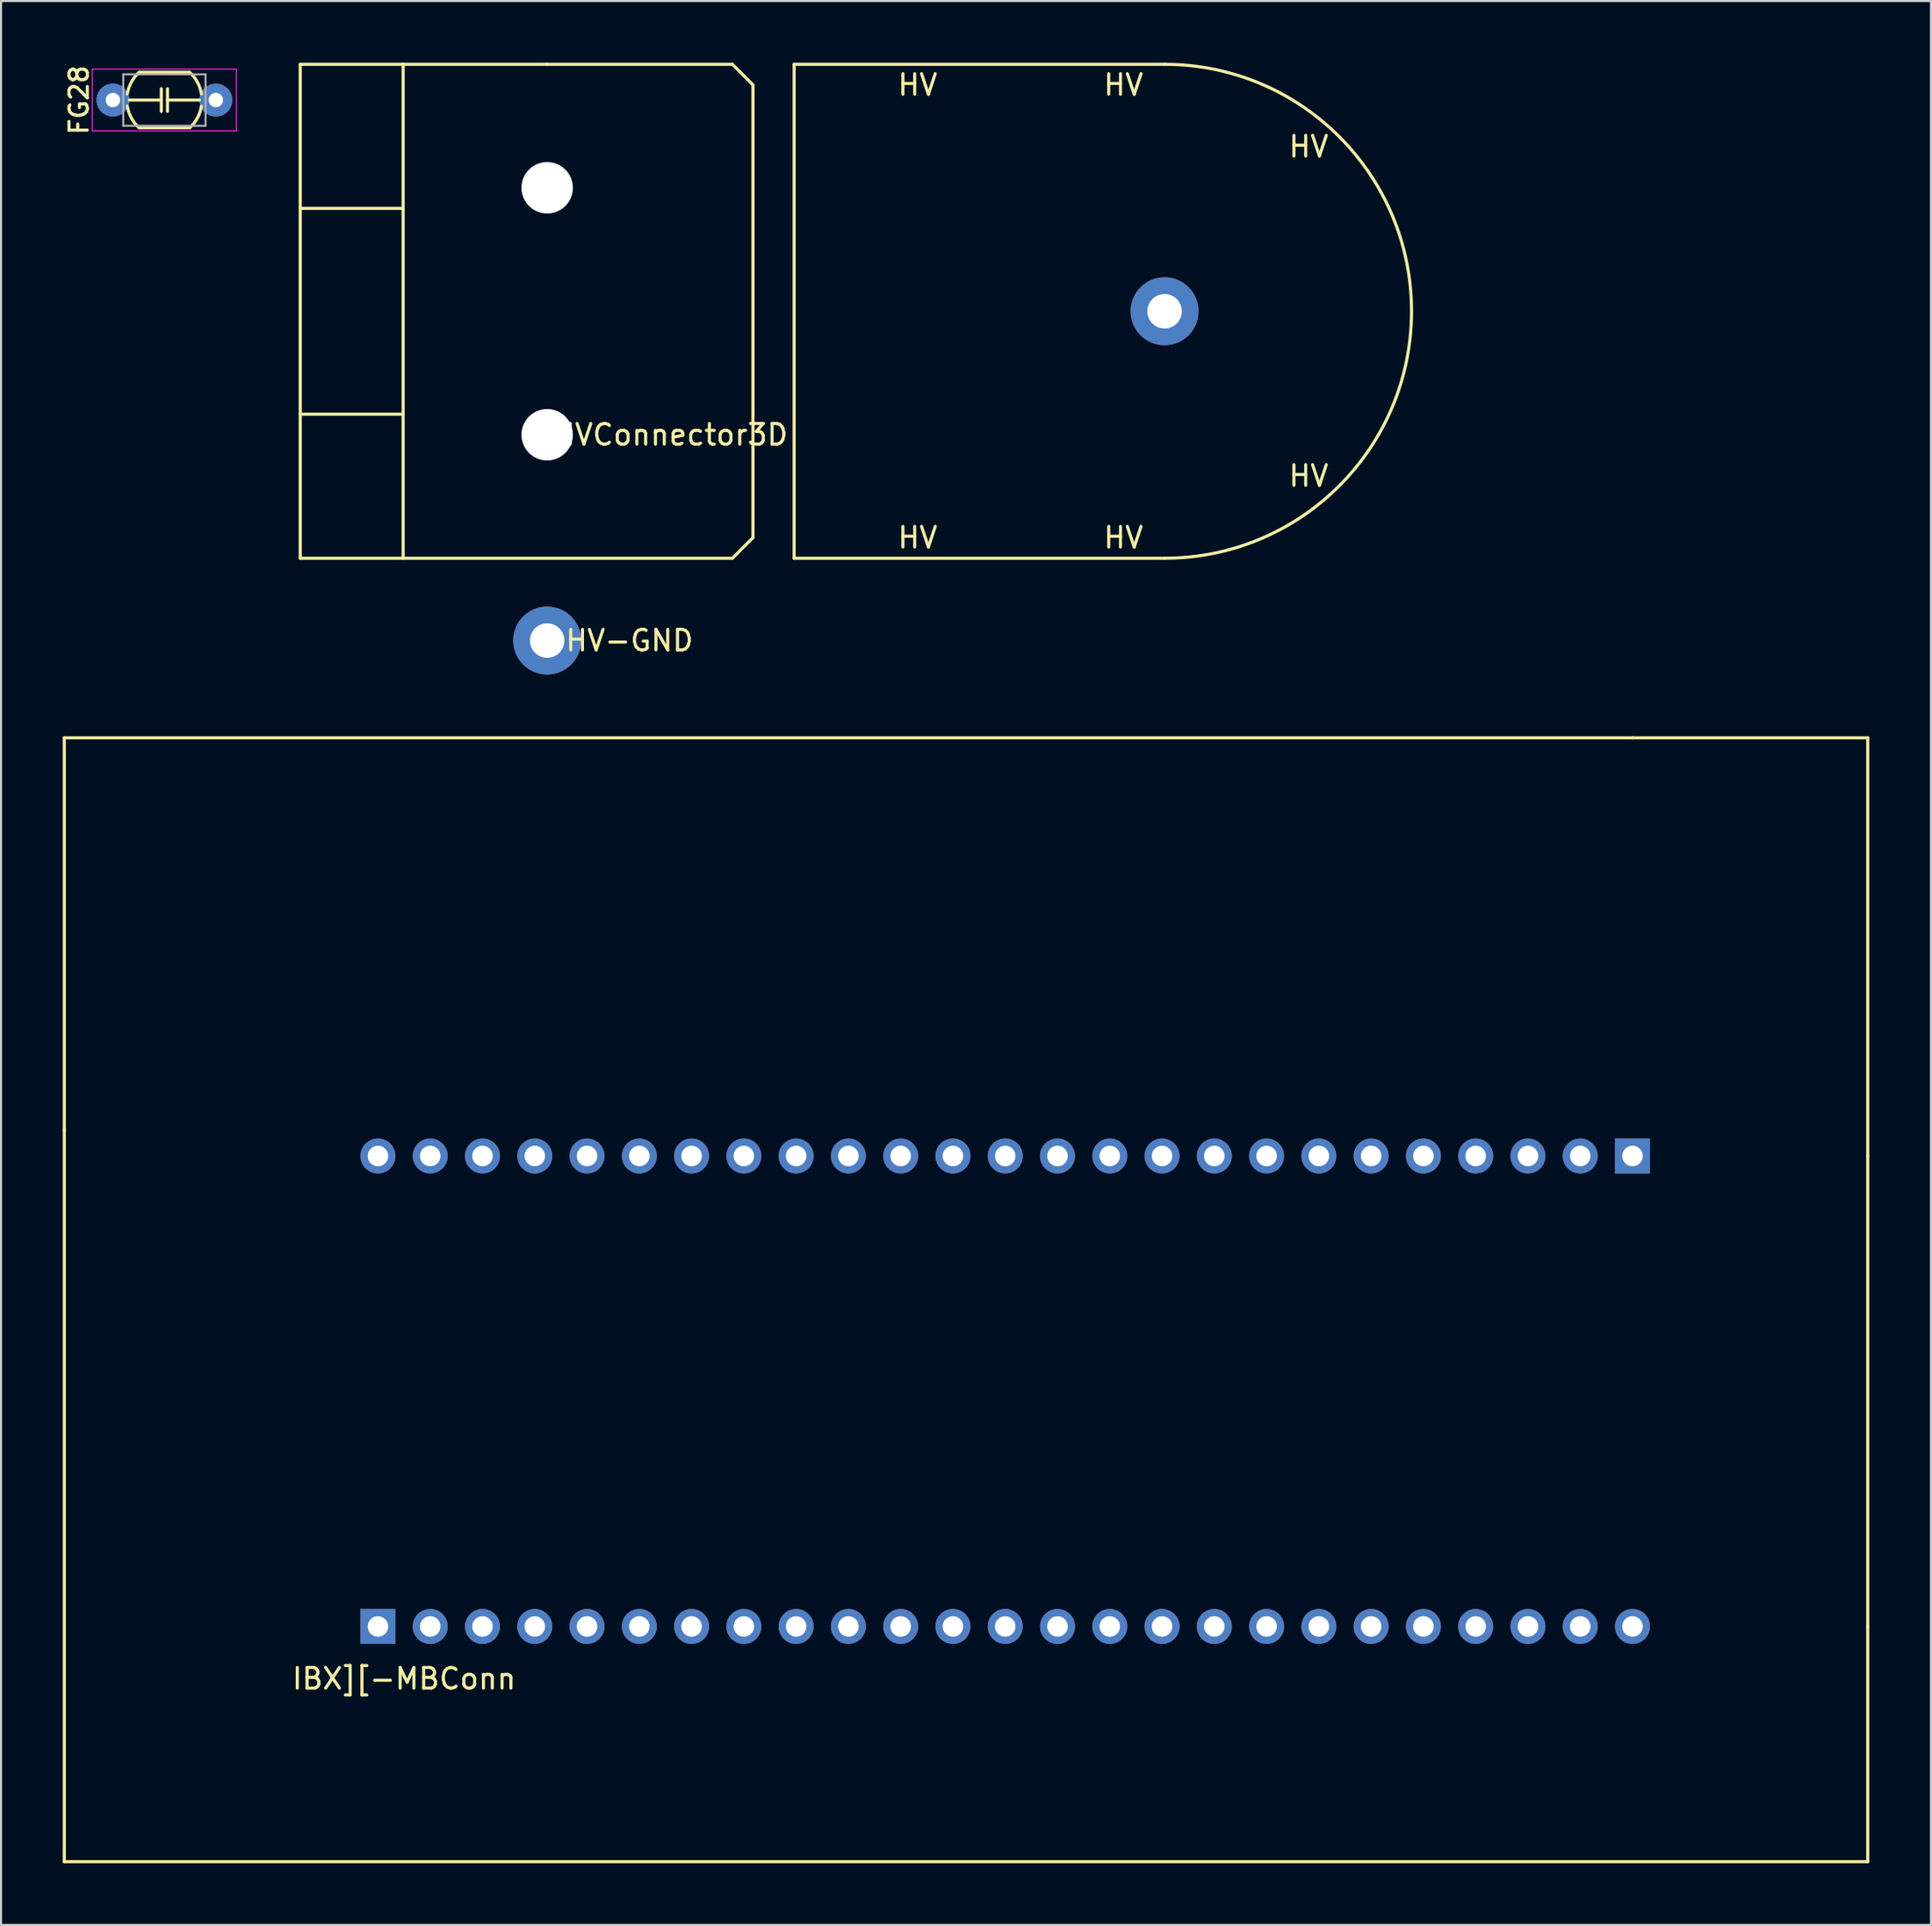
<source format=kicad_pcb>
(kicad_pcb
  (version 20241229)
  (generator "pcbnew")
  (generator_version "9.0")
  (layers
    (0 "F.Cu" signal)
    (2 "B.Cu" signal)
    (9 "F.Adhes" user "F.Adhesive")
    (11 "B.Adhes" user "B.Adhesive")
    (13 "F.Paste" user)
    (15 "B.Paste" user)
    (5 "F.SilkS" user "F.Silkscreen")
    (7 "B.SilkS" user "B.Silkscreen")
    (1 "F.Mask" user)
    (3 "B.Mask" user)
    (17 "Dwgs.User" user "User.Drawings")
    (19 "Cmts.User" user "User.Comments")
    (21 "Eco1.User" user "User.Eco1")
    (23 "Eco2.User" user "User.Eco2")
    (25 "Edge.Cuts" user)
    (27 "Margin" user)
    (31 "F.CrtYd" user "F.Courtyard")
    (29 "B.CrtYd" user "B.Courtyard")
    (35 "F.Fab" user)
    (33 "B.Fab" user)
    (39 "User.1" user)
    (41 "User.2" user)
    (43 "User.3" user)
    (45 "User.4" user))
  (footprint "IBX][-MBConn"
    (layer "F.Cu")
    (at 15.315 75.981)
    (property "Reference" "IBX][-MBConn" (at 1.27 2.54 0) (layer "F.SilkS") (effects (font (size 1 1) (thickness 0.15))))
    (attr through_hole)
    (fp_line (start -15.24 -43.18) (end 60.96 -43.18) (stroke (width 0.15) (type solid)) (layer "F.SilkS"))
    (fp_line (start -15.24 -24.13) (end -15.24 -43.18) (stroke (width 0.15) (type solid)) (layer "F.SilkS"))
    (fp_line (start -15.24 -24.13) (end -15.24 11.43) (stroke (width 0.15) (type solid)) (layer "F.SilkS"))
    (fp_line (start -15.24 11.43) (end 72.39 11.43) (stroke (width 0.15) (type solid)) (layer "F.SilkS"))
    (fp_line (start 60.96 -43.18) (end 72.39 -43.18) (stroke (width 0.15) (type solid)) (layer "F.SilkS"))
    (fp_line (start 72.39 -43.18) (end 72.39 -22.86) (stroke (width 0.15) (type solid)) (layer "F.SilkS"))
    (fp_line (start 72.39 0) (end 72.39 -22.86) (stroke (width 0.15) (type solid)) (layer "F.SilkS"))
    (fp_line (start 72.39 11.43) (end 72.39 0) (stroke (width 0.15) (type solid)) (layer "F.SilkS"))
    (pad "1" thru_hole rect (at 0 0) (size 1.7 1.7) (drill 1) (layers "*.Cu" "*.Mask"))
    (pad "2" thru_hole circle (at 2.54 0) (size 1.7 1.7) (drill 1) (layers "*.Cu" "*.Mask"))
    (pad "3" thru_hole circle (at 5.08 0) (size 1.7 1.7) (drill 1) (layers "*.Cu" "*.Mask"))
    (pad "4" thru_hole circle (at 7.62 0) (size 1.7 1.7) (drill 1) (layers "*.Cu" "*.Mask"))
    (pad "5" thru_hole circle (at 10.16 0) (size 1.7 1.7) (drill 1) (layers "*.Cu" "*.Mask"))
    (pad "6" thru_hole circle (at 12.7 0) (size 1.7 1.7) (drill 1) (layers "*.Cu" "*.Mask"))
    (pad "7" thru_hole circle (at 15.24 0) (size 1.7 1.7) (drill 1) (layers "*.Cu" "*.Mask"))
    (pad "8" thru_hole circle (at 17.78 0) (size 1.7 1.7) (drill 1) (layers "*.Cu" "*.Mask"))
    (pad "9" thru_hole circle (at 20.32 0) (size 1.7 1.7) (drill 1) (layers "*.Cu" "*.Mask"))
    (pad "10" thru_hole circle (at 22.86 0) (size 1.7 1.7) (drill 1) (layers "*.Cu" "*.Mask"))
    (pad "11" thru_hole circle (at 25.4 0) (size 1.7 1.7) (drill 1) (layers "*.Cu" "*.Mask"))
    (pad "12" thru_hole circle (at 27.94 0) (size 1.7 1.7) (drill 1) (layers "*.Cu" "*.Mask"))
    (pad "13" thru_hole circle (at 30.48 0) (size 1.7 1.7) (drill 1) (layers "*.Cu" "*.Mask"))
    (pad "14" thru_hole circle (at 33.02 0) (size 1.7 1.7) (drill 1) (layers "*.Cu" "*.Mask"))
    (pad "15" thru_hole circle (at 35.56 0) (size 1.7 1.7) (drill 1) (layers "*.Cu" "*.Mask"))
    (pad "16" thru_hole circle (at 38.1 0) (size 1.7 1.7) (drill 1) (layers "*.Cu" "*.Mask"))
    (pad "17" thru_hole circle (at 40.64 0) (size 1.7 1.7) (drill 1) (layers "*.Cu" "*.Mask"))
    (pad "18" thru_hole circle (at 43.18 0) (size 1.7 1.7) (drill 1) (layers "*.Cu" "*.Mask"))
    (pad "19" thru_hole circle (at 45.72 0) (size 1.7 1.7) (drill 1) (layers "*.Cu" "*.Mask"))
    (pad "20" thru_hole circle (at 48.26 0) (size 1.7 1.7) (drill 1) (layers "*.Cu" "*.Mask"))
    (pad "21" thru_hole circle (at 50.8 0) (size 1.7 1.7) (drill 1) (layers "*.Cu" "*.Mask"))
    (pad "22" thru_hole circle (at 53.34 0) (size 1.7 1.7) (drill 1) (layers "*.Cu" "*.Mask"))
    (pad "23" thru_hole circle (at 55.88 0) (size 1.7 1.7) (drill 1) (layers "*.Cu" "*.Mask"))
    (pad "24" thru_hole circle (at 58.42 0) (size 1.7 1.7) (drill 1) (layers "*.Cu" "*.Mask"))
    (pad "25" thru_hole circle (at 60.96 0) (size 1.7 1.7) (drill 1) (layers "*.Cu" "*.Mask"))
    (pad "26" thru_hole rect (at 60.96 -22.86) (size 1.7 1.7) (drill 1) (layers "*.Cu" "*.Mask"))
    (pad "27" thru_hole circle (at 58.42 -22.86) (size 1.7 1.7) (drill 1) (layers "*.Cu" "*.Mask"))
    (pad "28" thru_hole circle (at 55.88 -22.86) (size 1.7 1.7) (drill 1) (layers "*.Cu" "*.Mask"))
    (pad "29" thru_hole circle (at 53.34 -22.86) (size 1.7 1.7) (drill 1) (layers "*.Cu" "*.Mask"))
    (pad "30" thru_hole circle (at 50.8 -22.86) (size 1.7 1.7) (drill 1) (layers "*.Cu" "*.Mask"))
    (pad "31" thru_hole circle (at 48.26 -22.86) (size 1.7 1.7) (drill 1) (layers "*.Cu" "*.Mask"))
    (pad "32" thru_hole circle (at 45.72 -22.86) (size 1.7 1.7) (drill 1) (layers "*.Cu" "*.Mask"))
    (pad "33" thru_hole circle (at 43.18 -22.86) (size 1.7 1.7) (drill 1) (layers "*.Cu" "*.Mask"))
    (pad "34" thru_hole circle (at 40.64 -22.86) (size 1.7 1.7) (drill 1) (layers "*.Cu" "*.Mask"))
    (pad "35" thru_hole circle (at 38.1 -22.86) (size 1.7 1.7) (drill 1) (layers "*.Cu" "*.Mask"))
    (pad "36" thru_hole circle (at 35.56 -22.86) (size 1.7 1.7) (drill 1) (layers "*.Cu" "*.Mask"))
    (pad "37" thru_hole circle (at 33.02 -22.86) (size 1.7 1.7) (drill 1) (layers "*.Cu" "*.Mask"))
    (pad "38" thru_hole circle (at 30.48 -22.86) (size 1.7 1.7) (drill 1) (layers "*.Cu" "*.Mask"))
    (pad "39" thru_hole circle (at 27.94 -22.86) (size 1.7 1.7) (drill 1) (layers "*.Cu" "*.Mask"))
    (pad "40" thru_hole circle (at 25.4 -22.86) (size 1.7 1.7) (drill 1) (layers "*.Cu" "*.Mask"))
    (pad "41" thru_hole circle (at 22.86 -22.86) (size 1.7 1.7) (drill 1) (layers "*.Cu" "*.Mask"))
    (pad "42" thru_hole circle (at 20.32 -22.86) (size 1.7 1.7) (drill 1) (layers "*.Cu" "*.Mask"))
    (pad "43" thru_hole circle (at 17.78 -22.86) (size 1.7 1.7) (drill 1) (layers "*.Cu" "*.Mask"))
    (pad "44" thru_hole circle (at 15.24 -22.86) (size 1.7 1.7) (drill 1) (layers "*.Cu" "*.Mask"))
    (pad "45" thru_hole circle (at 12.7 -22.86) (size 1.7 1.7) (drill 1) (layers "*.Cu" "*.Mask"))
    (pad "46" thru_hole circle (at 10.16 -22.86) (size 1.7 1.7) (drill 1) (layers "*.Cu" "*.Mask"))
    (pad "47" thru_hole circle (at 7.62 -22.86) (size 1.7 1.7) (drill 1) (layers "*.Cu" "*.Mask"))
    (pad "48" thru_hole circle (at 5.08 -22.86) (size 1.7 1.7) (drill 1) (layers "*.Cu" "*.Mask"))
    (pad "49" thru_hole circle (at 2.54 -22.86) (size 1.7 1.7) (drill 1) (layers "*.Cu" "*.Mask"))
    (pad "50" thru_hole circle (at 0 -22.86) (size 1.7 1.7) (drill 1) (layers "*.Cu" "*.Mask")))
  (footprint "FG28"
    (layer "F.Cu")
    (at 2.438 1.812)
    (property "Reference" "FG28" (at -1.65 0 90) (layer "F.SilkS") (effects (font (size 0.889 0.889) (thickness 0.152))))
    (attr through_hole)
    (fp_line (start 0.8 0) (end 2.25 0) (stroke (width 0.15) (type solid)) (layer "F.SilkS"))
    (fp_line (start 1.31 -1.35) (end 3.69 -1.35) (stroke (width 0.15) (type solid)) (layer "F.SilkS"))
    (fp_line (start 1.31 1.35) (end 3.69 1.35) (stroke (width 0.15) (type solid)) (layer "F.SilkS"))
    (fp_line (start 2.35 0) (end 2.35 -0.55) (stroke (width 0.15) (type solid)) (layer "F.SilkS"))
    (fp_line (start 2.35 0.55) (end 2.35 0) (stroke (width 0.15) (type solid)) (layer "F.SilkS"))
    (fp_line (start 2.65 0) (end 2.65 -0.55) (stroke (width 0.15) (type solid)) (layer "F.SilkS"))
    (fp_line (start 2.65 0.55) (end 2.65 0) (stroke (width 0.15) (type solid)) (layer "F.SilkS"))
    (fp_line (start 2.75 0) (end 4.2 0) (stroke (width 0.15) (type solid)) (layer "F.SilkS"))
    (fp_arc (start 0.7 -0.3) (mid 0.899547 -0.87667) (end 1.27806 -1.355309) (stroke (width 0.15) (type solid)) (layer "F.SilkS"))
    (fp_arc (start 1.27806 1.355309) (mid 0.899547 0.87667) (end 0.7 0.3) (stroke (width 0.15) (type solid)) (layer "F.SilkS"))
    (fp_arc (start 3.72194 -1.355309) (mid 4.100453 -0.87667) (end 4.3 -0.3) (stroke (width 0.15) (type solid)) (layer "F.SilkS"))
    (fp_arc (start 4.3 0.3) (mid 4.100453 0.87667) (end 3.72194 1.355309) (stroke (width 0.15) (type solid)) (layer "F.SilkS"))
    (fp_line (start -1 -1.5) (end -1 1.5) (stroke (width 0.05) (type solid)) (layer "F.CrtYd"))
    (fp_line (start -1 1.5) (end 6 1.5) (stroke (width 0.05) (type solid)) (layer "F.CrtYd"))
    (fp_line (start 6 -1.5) (end -1 -1.5) (stroke (width 0.05) (type solid)) (layer "F.CrtYd"))
    (fp_line (start 6 1.5) (end 6 -1.5) (stroke (width 0.05) (type solid)) (layer "F.CrtYd"))
    (fp_line (start 0.5 -1.25) (end 0.5 1.25) (stroke (width 0.1) (type solid)) (layer "F.Fab"))
    (fp_line (start 0.5 1.25) (end 4.5 1.25) (stroke (width 0.1) (type solid)) (layer "F.Fab"))
    (fp_line (start 4.5 -1.25) (end 0.5 -1.25) (stroke (width 0.1) (type solid)) (layer "F.Fab"))
    (fp_line (start 4.5 1.25) (end 4.5 -1.25) (stroke (width 0.1) (type solid)) (layer "F.Fab"))
    (pad "1" thru_hole circle (at 0 0) (size 1.6 1.6) (drill 0.7) (layers "*.Cu" "*.Mask"))
    (pad "2" thru_hole circle (at 5 0) (size 1.6 1.6) (drill 0.7) (layers "*.Cu" "*.Mask")))
  (footprint "HVConnector3D"
    (layer "F.Cu")
    (at 23.538 12.075)
    (property "Reference" "HVConnector3D" (at 6 6 0) (layer "F.SilkS") (effects (font (size 1 1) (thickness 0.15))))
    (attr through_hole)
    (fp_line (start -12 -12) (end -12 12) (stroke (width 0.15) (type solid)) (layer "F.SilkS"))
    (fp_line (start -12 -5) (end -7 -5) (stroke (width 0.15) (type solid)) (layer "F.SilkS"))
    (fp_line (start -12 12) (end -7 12) (stroke (width 0.15) (type solid)) (layer "F.SilkS"))
    (fp_line (start -7 -12) (end -12 -12) (stroke (width 0.15) (type solid)) (layer "F.SilkS"))
    (fp_line (start -7 -12) (end 0 -12) (stroke (width 0.15) (type solid)) (layer "F.SilkS"))
    (fp_line (start -7 5) (end -12 5) (stroke (width 0.15) (type solid)) (layer "F.SilkS"))
    (fp_line (start -7 12) (end -7 -12) (stroke (width 0.15) (type solid)) (layer "F.SilkS"))
    (fp_line (start 0 -12) (end 9 -12) (stroke (width 0.15) (type solid)) (layer "F.SilkS"))
    (fp_line (start 9 -12) (end 10 -11) (stroke (width 0.15) (type solid)) (layer "F.SilkS"))
    (fp_line (start 9 12) (end -7 12) (stroke (width 0.15) (type solid)) (layer "F.SilkS"))
    (fp_line (start 10 -11) (end 10 11) (stroke (width 0.15) (type solid)) (layer "F.SilkS"))
    (fp_line (start 10 11) (end 9 12) (stroke (width 0.15) (type solid)) (layer "F.SilkS"))
    (fp_line (start 12 -12) (end 12 12) (stroke (width 0.15) (type solid)) (layer "F.SilkS"))
    (fp_line (start 12 12) (end 30 12) (stroke (width 0.15) (type solid)) (layer "F.SilkS"))
    (fp_line (start 30 -12) (end 12 -12) (stroke (width 0.15) (type solid)) (layer "F.SilkS"))
    (fp_arc (start 30 -12) (mid 42 0) (end 30 12) (stroke (width 0.15) (type solid)) (layer "F.SilkS"))
    (fp_text user "HV-GND" (at 4 16 0) (layer "F.SilkS") (effects (font (size 1 1) (thickness 0.15))))
    (fp_text user "HV" (at 37 -8 0) (layer "F.SilkS") (effects (font (size 1 1) (thickness 0.15))))
    (fp_text user "HV" (at 28 11 0) (layer "F.SilkS") (effects (font (size 1 1) (thickness 0.15))))
    (fp_text user "HV" (at 28 -11 0) (layer "F.SilkS") (effects (font (size 1 1) (thickness 0.15))))
    (fp_text user "HV" (at 18 11 0) (layer "F.SilkS") (effects (font (size 1 1) (thickness 0.15))))
    (fp_text user "HV" (at 37 8 0) (layer "F.SilkS") (effects (font (size 1 1) (thickness 0.15))))
    (fp_text user "HV" (at 18 -11 0) (layer "F.SilkS") (effects (font (size 1 1) (thickness 0.15))))
    (pad "" np_thru_hole circle (at 0 -6) (size 2.5 2.5) (drill 2.5) (layers "*.Cu" "*.Mask"))
    (pad "" np_thru_hole circle (at 0 6) (size 2.5 2.5) (drill 2.5) (layers "*.Cu" "*.Mask"))
    (pad "1" thru_hole circle (at 30 0) (size 3.302 3.302) (drill 1.676) (layers "*.Cu" "*.Mask"))
    (pad "2" thru_hole circle (at 0 16) (size 3.302 3.302) (drill 1.676) (layers "*.Cu" "*.Mask")))
  (gr_rect
    (start -3 -3)
    (end 90.78 90.486)
    (stroke (width 0.1) (type default))
    (fill no)
    (layer "Edge.Cuts")))
</source>
